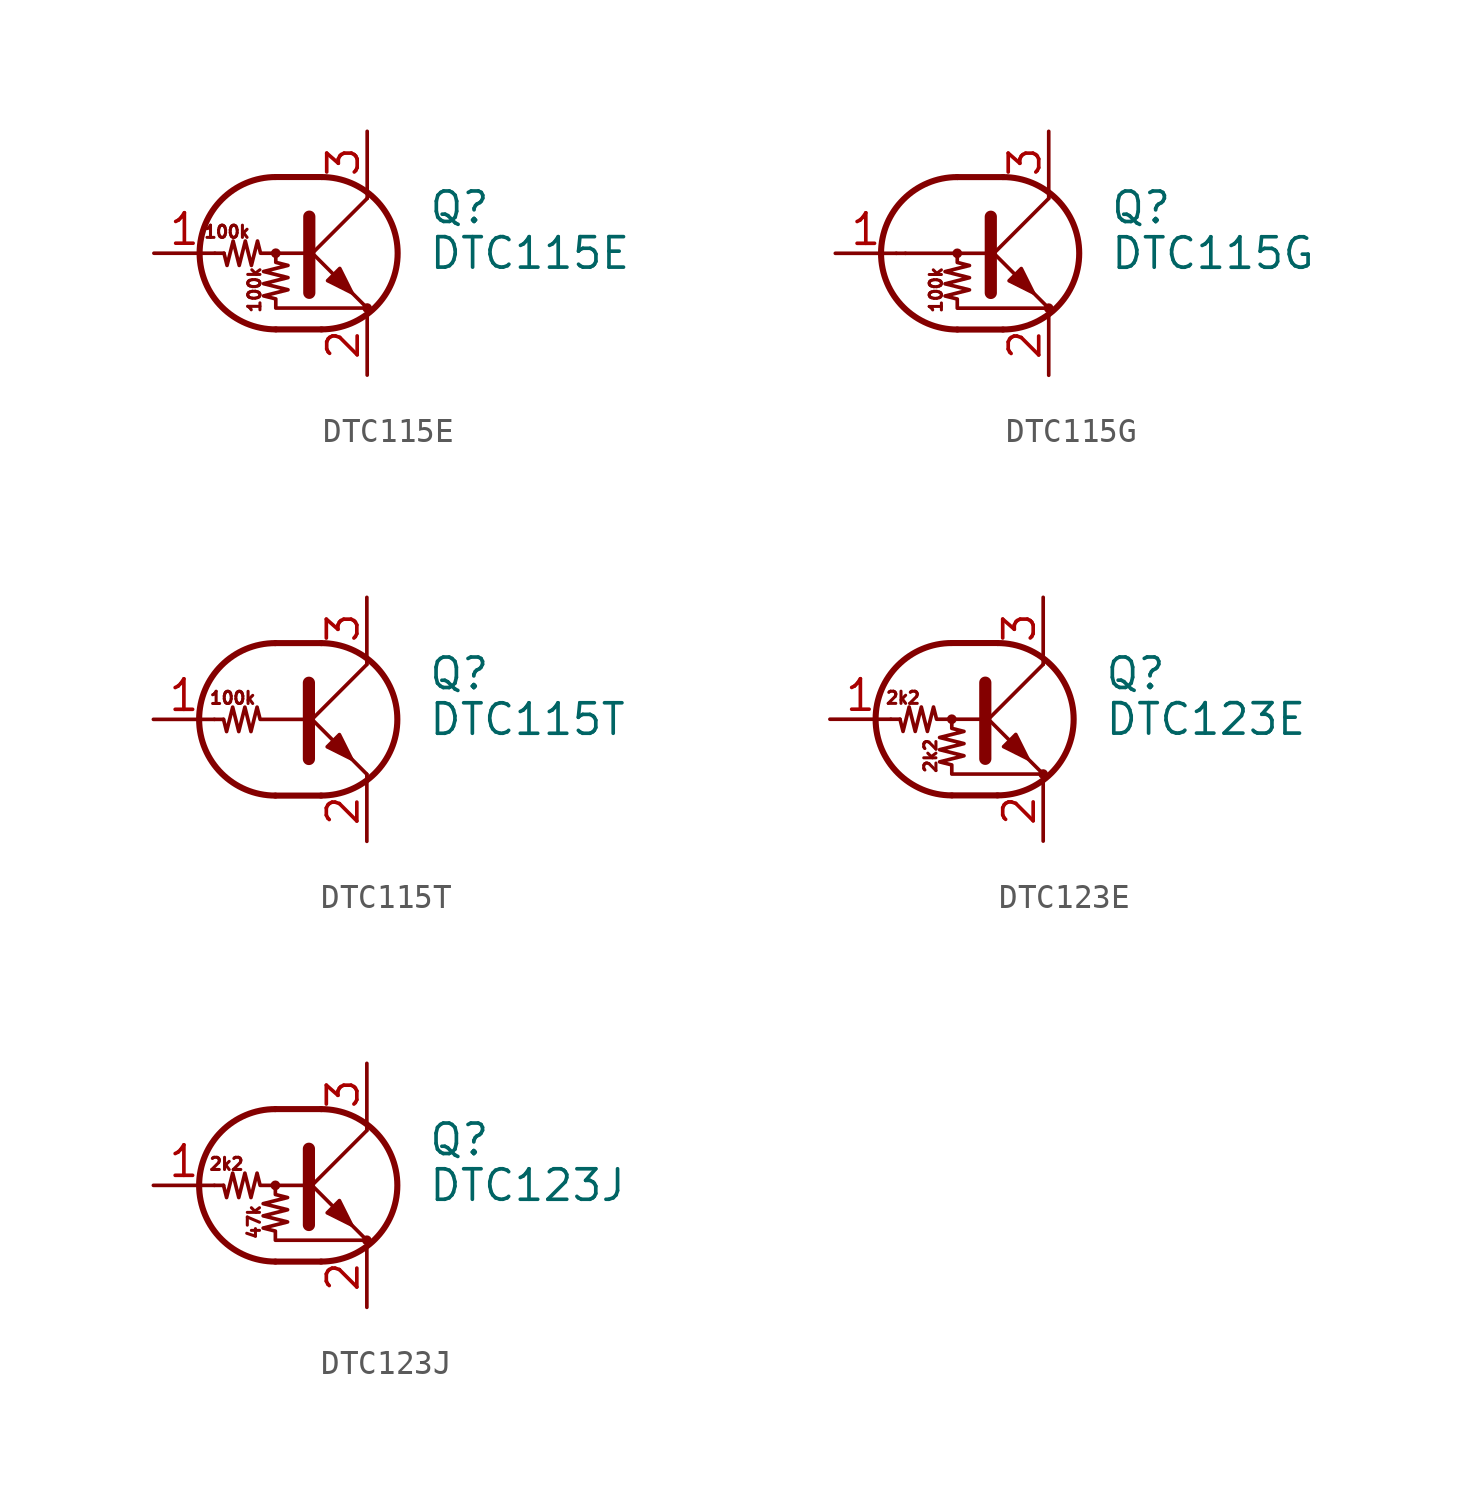
<source format=kicad_sym>
(kicad_symbol_lib
  (version 20211014)
  (generator kicad_symbol_editor)
  (symbol "DTC115E"
    (pin_names
      (offset 0) hide)
    (property "Reference" "Q"
      (at 5.08 1.905 0)
      (effects (font (size 1.27 1.27)) (justify left)))
    (property "Value" "DTC115E"
      (at 5.08 0 0)
      (effects (font (size 1.27 1.27)) (justify left)))
    (symbol "DTC115E_0_0"
      (text "100k" (at -3.302 0.889 0) (effects (font (size 0.508 0.508))))
      (text "100k" (at -2.159 -1.524 900) (effects (font (size 0.508 0.508)))))
    (symbol "DTC115E_0_1"
      (circle (center -1.27 0) (radius 0.127) (stroke (width 0) (type default) (color 0 0 0 0)) (fill (type none)))
      (arc (start -1.27 3.175) (mid -4.445 0) (end -1.27 -3.175) (stroke (width 0.254) (type default) (color 0 0 0 0)) (fill (type none)))
      (polyline (pts (xy -3.429 0) (xy -3.81 0)) (stroke (width 0) (type default) (color 0 0 0 0)) (fill (type none)))
      (polyline (pts (xy -1.27 -3.175) (xy 0.635 -3.175)) (stroke (width 0.254) (type default) (color 0 0 0 0)) (fill (type none)))
      (polyline (pts (xy -1.27 3.175) (xy 0.635 3.175)) (stroke (width 0.254) (type default) (color 0 0 0 0)) (fill (type none)))
      (polyline (pts (xy 0 -0.254) (xy 2.54 2.286)) (stroke (width 0) (type default) (color 0 0 0 0)) (fill (type none)))
      (polyline (pts (xy 0.127 1.524) (xy 0.127 -1.651)) (stroke (width 0.508) (type default) (color 0 0 0 0)) (fill (type outline)))
      (polyline (pts (xy 2.54 2.286) (xy 2.54 2.54)) (stroke (width 0) (type default) (color 0 0 0 0)) (fill (type none)))
      (polyline (pts (xy 2.54 -2.286) (xy 0 0.254) (xy 0 0.254)) (stroke (width 0) (type default) (color 0 0 0 0)) (fill (type none)))
      (polyline (pts (xy 0.889 -1.143) (xy 1.397 -0.635) (xy 1.905 -1.651) (xy 0.889 -1.143)) (stroke (width 0) (type default) (color 0 0 0 0)) (fill (type outline)))
      (polyline (pts (xy 0 0) (xy -1.905 0) (xy -2.032 0.508) (xy -2.286 -0.508) (xy -2.54 0.508) (xy -2.794 -0.508) (xy -3.048 0.508) (xy -3.302 -0.508) (xy -3.429 0)) (stroke (width 0) (type default) (color 0 0 0 0)) (fill (type none)))
      (polyline (pts (xy -1.27 0) (xy -1.27 -0.381) (xy -0.762 -0.508) (xy -1.778 -0.762) (xy -0.762 -1.016) (xy -1.778 -1.27) (xy -0.762 -1.524) (xy -1.778 -1.778) (xy -1.27 -1.905) (xy -1.27 -2.286) (xy 2.54 -2.286)) (stroke (width 0) (type default) (color 0 0 0 0)) (fill (type none)))
      (arc (start 0.635 -3.175) (mid 3.81 0) (end 0.635 3.175) (stroke (width 0.254) (type default) (color 0 0 0 0)) (fill (type none)))
      (circle (center 2.54 -2.286) (radius 0.127) (stroke (width 0) (type default) (color 0 0 0 0)) (fill (type none))))
    (symbol "DTC115E_1_1"
      (pin input line (at -6.35 0 0) (length 2.54) (name "B" (effects (font (size 1.27 1.27)))) (number "1" (effects (font (size 1.27 1.27)))))
      (pin passive line (at 2.54 -5.08 90) (length 2.54) (name "E" (effects (font (size 1.27 1.27)))) (number "2" (effects (font (size 1.27 1.27)))))
      (pin passive line (at 2.54 5.08 270) (length 2.54) (name "C" (effects (font (size 1.27 1.27)))) (number "3" (effects (font (size 1.27 1.27)))))))
  (symbol "DTC115G"
    (pin_names
      (offset 0) hide)
    (property "Reference" "Q"
      (at 5.08 1.905 0)
      (effects (font (size 1.27 1.27)) (justify left)))
    (property "Value" "DTC115G"
      (at 5.08 0 0)
      (effects (font (size 1.27 1.27)) (justify left)))
    (symbol "DTC115G_0_0"
      (polyline (pts (xy -3.429 0) (xy 0 0)) (stroke (width 0) (type default) (color 0 0 0 0)) (fill (type none)))
      (text "100k" (at -2.159 -1.524 900) (effects (font (size 0.508 0.508)))))
    (symbol "DTC115G_0_1"
      (circle (center -1.27 0) (radius 0.127) (stroke (width 0) (type default) (color 0 0 0 0)) (fill (type none)))
      (arc (start -1.27 3.175) (mid -4.445 0) (end -1.27 -3.175) (stroke (width 0.254) (type default) (color 0 0 0 0)) (fill (type none)))
      (polyline (pts (xy -3.429 0) (xy -3.81 0)) (stroke (width 0) (type default) (color 0 0 0 0)) (fill (type none)))
      (polyline (pts (xy -1.27 -3.175) (xy 0.635 -3.175)) (stroke (width 0.254) (type default) (color 0 0 0 0)) (fill (type none)))
      (polyline (pts (xy -1.27 3.175) (xy 0.635 3.175)) (stroke (width 0.254) (type default) (color 0 0 0 0)) (fill (type none)))
      (polyline (pts (xy 0 -0.254) (xy 2.54 2.286)) (stroke (width 0) (type default) (color 0 0 0 0)) (fill (type none)))
      (polyline (pts (xy 0.127 1.524) (xy 0.127 -1.651)) (stroke (width 0.508) (type default) (color 0 0 0 0)) (fill (type outline)))
      (polyline (pts (xy 2.54 2.286) (xy 2.54 2.54)) (stroke (width 0) (type default) (color 0 0 0 0)) (fill (type none)))
      (polyline (pts (xy 2.54 -2.286) (xy 0 0.254) (xy 0 0.254)) (stroke (width 0) (type default) (color 0 0 0 0)) (fill (type none)))
      (polyline (pts (xy 0.889 -1.143) (xy 1.397 -0.635) (xy 1.905 -1.651) (xy 0.889 -1.143)) (stroke (width 0) (type default) (color 0 0 0 0)) (fill (type outline)))
      (polyline (pts (xy -1.27 0) (xy -1.27 -0.381) (xy -0.762 -0.508) (xy -1.778 -0.762) (xy -0.762 -1.016) (xy -1.778 -1.27) (xy -0.762 -1.524) (xy -1.778 -1.778) (xy -1.27 -1.905) (xy -1.27 -2.286) (xy 2.54 -2.286)) (stroke (width 0) (type default) (color 0 0 0 0)) (fill (type none)))
      (arc (start 0.635 -3.175) (mid 3.81 0) (end 0.635 3.175) (stroke (width 0.254) (type default) (color 0 0 0 0)) (fill (type none)))
      (circle (center 2.54 -2.286) (radius 0.127) (stroke (width 0) (type default) (color 0 0 0 0)) (fill (type none))))
    (symbol "DTC115G_1_1"
      (pin input line (at -6.35 0 0) (length 2.54) (name "B" (effects (font (size 1.27 1.27)))) (number "1" (effects (font (size 1.27 1.27)))))
      (pin passive line (at 2.54 -5.08 90) (length 2.54) (name "E" (effects (font (size 1.27 1.27)))) (number "2" (effects (font (size 1.27 1.27)))))
      (pin passive line (at 2.54 5.08 270) (length 2.54) (name "C" (effects (font (size 1.27 1.27)))) (number "3" (effects (font (size 1.27 1.27)))))))
  (symbol "DTC115T"
    (pin_names
      (offset 0) hide)
    (property "Reference" "Q"
      (at 5.08 1.905 0)
      (effects (font (size 1.27 1.27)) (justify left)))
    (property "Value" "DTC115T"
      (at 5.08 0 0)
      (effects (font (size 1.27 1.27)) (justify left)))
    (symbol "DTC115T_0_0"
      (polyline (pts (xy 2.54 -2.286) (xy 2.54 -2.54)) (stroke (width 0) (type default) (color 0 0 0 0)) (fill (type none)))
      (text "100k" (at -3.048 0.889 0) (effects (font (size 0.508 0.508)))))
    (symbol "DTC115T_0_1"
      (arc (start -1.27 3.175) (mid -4.445 0) (end -1.27 -3.175) (stroke (width 0.254) (type default) (color 0 0 0 0)) (fill (type none)))
      (polyline (pts (xy -3.429 0) (xy -3.81 0)) (stroke (width 0) (type default) (color 0 0 0 0)) (fill (type none)))
      (polyline (pts (xy -1.27 -3.175) (xy 0.635 -3.175)) (stroke (width 0.254) (type default) (color 0 0 0 0)) (fill (type none)))
      (polyline (pts (xy -1.27 3.175) (xy 0.635 3.175)) (stroke (width 0.254) (type default) (color 0 0 0 0)) (fill (type none)))
      (polyline (pts (xy 0 -0.254) (xy 2.54 2.286)) (stroke (width 0) (type default) (color 0 0 0 0)) (fill (type none)))
      (polyline (pts (xy 0.127 1.524) (xy 0.127 -1.651)) (stroke (width 0.508) (type default) (color 0 0 0 0)) (fill (type outline)))
      (polyline (pts (xy 2.54 2.286) (xy 2.54 2.54)) (stroke (width 0) (type default) (color 0 0 0 0)) (fill (type none)))
      (polyline (pts (xy 2.54 -2.286) (xy 0 0.254) (xy 0 0.254)) (stroke (width 0) (type default) (color 0 0 0 0)) (fill (type none)))
      (polyline (pts (xy 0.889 -1.143) (xy 1.397 -0.635) (xy 1.905 -1.651) (xy 0.889 -1.143)) (stroke (width 0) (type default) (color 0 0 0 0)) (fill (type outline)))
      (polyline (pts (xy 0 0) (xy -1.905 0) (xy -2.032 0.508) (xy -2.286 -0.508) (xy -2.54 0.508) (xy -2.794 -0.508) (xy -3.048 0.508) (xy -3.302 -0.508) (xy -3.429 0)) (stroke (width 0) (type default) (color 0 0 0 0)) (fill (type none)))
      (arc (start 0.635 -3.175) (mid 3.81 0) (end 0.635 3.175) (stroke (width 0.254) (type default) (color 0 0 0 0)) (fill (type none))))
    (symbol "DTC115T_1_1"
      (pin input line (at -6.35 0 0) (length 2.54) (name "B" (effects (font (size 1.27 1.27)))) (number "1" (effects (font (size 1.27 1.27)))))
      (pin passive line (at 2.54 -5.08 90) (length 2.54) (name "E" (effects (font (size 1.27 1.27)))) (number "2" (effects (font (size 1.27 1.27)))))
      (pin passive line (at 2.54 5.08 270) (length 2.54) (name "C" (effects (font (size 1.27 1.27)))) (number "3" (effects (font (size 1.27 1.27)))))))
  (symbol "DTC123E"
    (pin_names
      (offset 0) hide)
    (property "Reference" "Q"
      (at 5.08 1.905 0)
      (effects (font (size 1.27 1.27)) (justify left)))
    (property "Value" "DTC123E"
      (at 5.08 0 0)
      (effects (font (size 1.27 1.27)) (justify left)))
    (symbol "DTC123E_0_0"
      (text "2k2" (at -3.302 0.889 0) (effects (font (size 0.508 0.508))))
      (text "2k2" (at -2.159 -1.524 900) (effects (font (size 0.508 0.508)))))
    (symbol "DTC123E_0_1"
      (circle (center -1.27 0) (radius 0.127) (stroke (width 0) (type default) (color 0 0 0 0)) (fill (type none)))
      (arc (start -1.27 3.175) (mid -4.445 0) (end -1.27 -3.175) (stroke (width 0.254) (type default) (color 0 0 0 0)) (fill (type none)))
      (polyline (pts (xy -3.429 0) (xy -3.81 0)) (stroke (width 0) (type default) (color 0 0 0 0)) (fill (type none)))
      (polyline (pts (xy -1.27 -3.175) (xy 0.635 -3.175)) (stroke (width 0.254) (type default) (color 0 0 0 0)) (fill (type none)))
      (polyline (pts (xy -1.27 3.175) (xy 0.635 3.175)) (stroke (width 0.254) (type default) (color 0 0 0 0)) (fill (type none)))
      (polyline (pts (xy 0 -0.254) (xy 2.54 2.286)) (stroke (width 0) (type default) (color 0 0 0 0)) (fill (type none)))
      (polyline (pts (xy 0.127 1.524) (xy 0.127 -1.651)) (stroke (width 0.508) (type default) (color 0 0 0 0)) (fill (type outline)))
      (polyline (pts (xy 2.54 2.286) (xy 2.54 2.54)) (stroke (width 0) (type default) (color 0 0 0 0)) (fill (type none)))
      (polyline (pts (xy 2.54 -2.286) (xy 0 0.254) (xy 0 0.254)) (stroke (width 0) (type default) (color 0 0 0 0)) (fill (type none)))
      (polyline (pts (xy 0.889 -1.143) (xy 1.397 -0.635) (xy 1.905 -1.651) (xy 0.889 -1.143)) (stroke (width 0) (type default) (color 0 0 0 0)) (fill (type outline)))
      (polyline (pts (xy 0 0) (xy -1.905 0) (xy -2.032 0.508) (xy -2.286 -0.508) (xy -2.54 0.508) (xy -2.794 -0.508) (xy -3.048 0.508) (xy -3.302 -0.508) (xy -3.429 0)) (stroke (width 0) (type default) (color 0 0 0 0)) (fill (type none)))
      (polyline (pts (xy -1.27 0) (xy -1.27 -0.381) (xy -0.762 -0.508) (xy -1.778 -0.762) (xy -0.762 -1.016) (xy -1.778 -1.27) (xy -0.762 -1.524) (xy -1.778 -1.778) (xy -1.27 -1.905) (xy -1.27 -2.286) (xy 2.54 -2.286)) (stroke (width 0) (type default) (color 0 0 0 0)) (fill (type none)))
      (arc (start 0.635 -3.175) (mid 3.81 0) (end 0.635 3.175) (stroke (width 0.254) (type default) (color 0 0 0 0)) (fill (type none)))
      (circle (center 2.54 -2.286) (radius 0.127) (stroke (width 0) (type default) (color 0 0 0 0)) (fill (type none))))
    (symbol "DTC123E_1_1"
      (pin input line (at -6.35 0 0) (length 2.54) (name "B" (effects (font (size 1.27 1.27)))) (number "1" (effects (font (size 1.27 1.27)))))
      (pin passive line (at 2.54 -5.08 90) (length 2.54) (name "E" (effects (font (size 1.27 1.27)))) (number "2" (effects (font (size 1.27 1.27)))))
      (pin passive line (at 2.54 5.08 270) (length 2.54) (name "C" (effects (font (size 1.27 1.27)))) (number "3" (effects (font (size 1.27 1.27)))))))
  (symbol "DTC123J"
    (pin_names
      (offset 0) hide)
    (property "Reference" "Q"
      (at 5.08 1.905 0)
      (effects (font (size 1.27 1.27)) (justify left)))
    (property "Value" "DTC123J"
      (at 5.08 0 0)
      (effects (font (size 1.27 1.27)) (justify left)))
    (symbol "DTC123J_0_0"
      (text "2k2" (at -3.302 0.889 0) (effects (font (size 0.508 0.508))))
      (text "47k" (at -2.159 -1.524 900) (effects (font (size 0.508 0.508)))))
    (symbol "DTC123J_0_1"
      (circle (center -1.27 0) (radius 0.127) (stroke (width 0) (type default) (color 0 0 0 0)) (fill (type none)))
      (arc (start -1.27 3.175) (mid -4.445 0) (end -1.27 -3.175) (stroke (width 0.254) (type default) (color 0 0 0 0)) (fill (type none)))
      (polyline (pts (xy -3.429 0) (xy -3.81 0)) (stroke (width 0) (type default) (color 0 0 0 0)) (fill (type none)))
      (polyline (pts (xy -1.27 -3.175) (xy 0.635 -3.175)) (stroke (width 0.254) (type default) (color 0 0 0 0)) (fill (type none)))
      (polyline (pts (xy -1.27 3.175) (xy 0.635 3.175)) (stroke (width 0.254) (type default) (color 0 0 0 0)) (fill (type none)))
      (polyline (pts (xy 0 -0.254) (xy 2.54 2.286)) (stroke (width 0) (type default) (color 0 0 0 0)) (fill (type none)))
      (polyline (pts (xy 0.127 1.524) (xy 0.127 -1.651)) (stroke (width 0.508) (type default) (color 0 0 0 0)) (fill (type outline)))
      (polyline (pts (xy 2.54 2.286) (xy 2.54 2.54)) (stroke (width 0) (type default) (color 0 0 0 0)) (fill (type none)))
      (polyline (pts (xy 2.54 -2.286) (xy 0 0.254) (xy 0 0.254)) (stroke (width 0) (type default) (color 0 0 0 0)) (fill (type none)))
      (polyline (pts (xy 0.889 -1.143) (xy 1.397 -0.635) (xy 1.905 -1.651) (xy 0.889 -1.143)) (stroke (width 0) (type default) (color 0 0 0 0)) (fill (type outline)))
      (polyline (pts (xy 0 0) (xy -1.905 0) (xy -2.032 0.508) (xy -2.286 -0.508) (xy -2.54 0.508) (xy -2.794 -0.508) (xy -3.048 0.508) (xy -3.302 -0.508) (xy -3.429 0)) (stroke (width 0) (type default) (color 0 0 0 0)) (fill (type none)))
      (polyline (pts (xy -1.27 0) (xy -1.27 -0.381) (xy -0.762 -0.508) (xy -1.778 -0.762) (xy -0.762 -1.016) (xy -1.778 -1.27) (xy -0.762 -1.524) (xy -1.778 -1.778) (xy -1.27 -1.905) (xy -1.27 -2.286) (xy 2.54 -2.286)) (stroke (width 0) (type default) (color 0 0 0 0)) (fill (type none)))
      (arc (start 0.635 -3.175) (mid 3.81 0) (end 0.635 3.175) (stroke (width 0.254) (type default) (color 0 0 0 0)) (fill (type none)))
      (circle (center 2.54 -2.286) (radius 0.127) (stroke (width 0) (type default) (color 0 0 0 0)) (fill (type none))))
    (symbol "DTC123J_1_1"
      (pin input line (at -6.35 0 0) (length 2.54) (name "B" (effects (font (size 1.27 1.27)))) (number "1" (effects (font (size 1.27 1.27)))))
      (pin passive line (at 2.54 -5.08 90) (length 2.54) (name "E" (effects (font (size 1.27 1.27)))) (number "2" (effects (font (size 1.27 1.27)))))
      (pin passive line (at 2.54 5.08 270) (length 2.54) (name "C" (effects (font (size 1.27 1.27)))) (number "3" (effects (font (size 1.27 1.27))))))))
</source>
